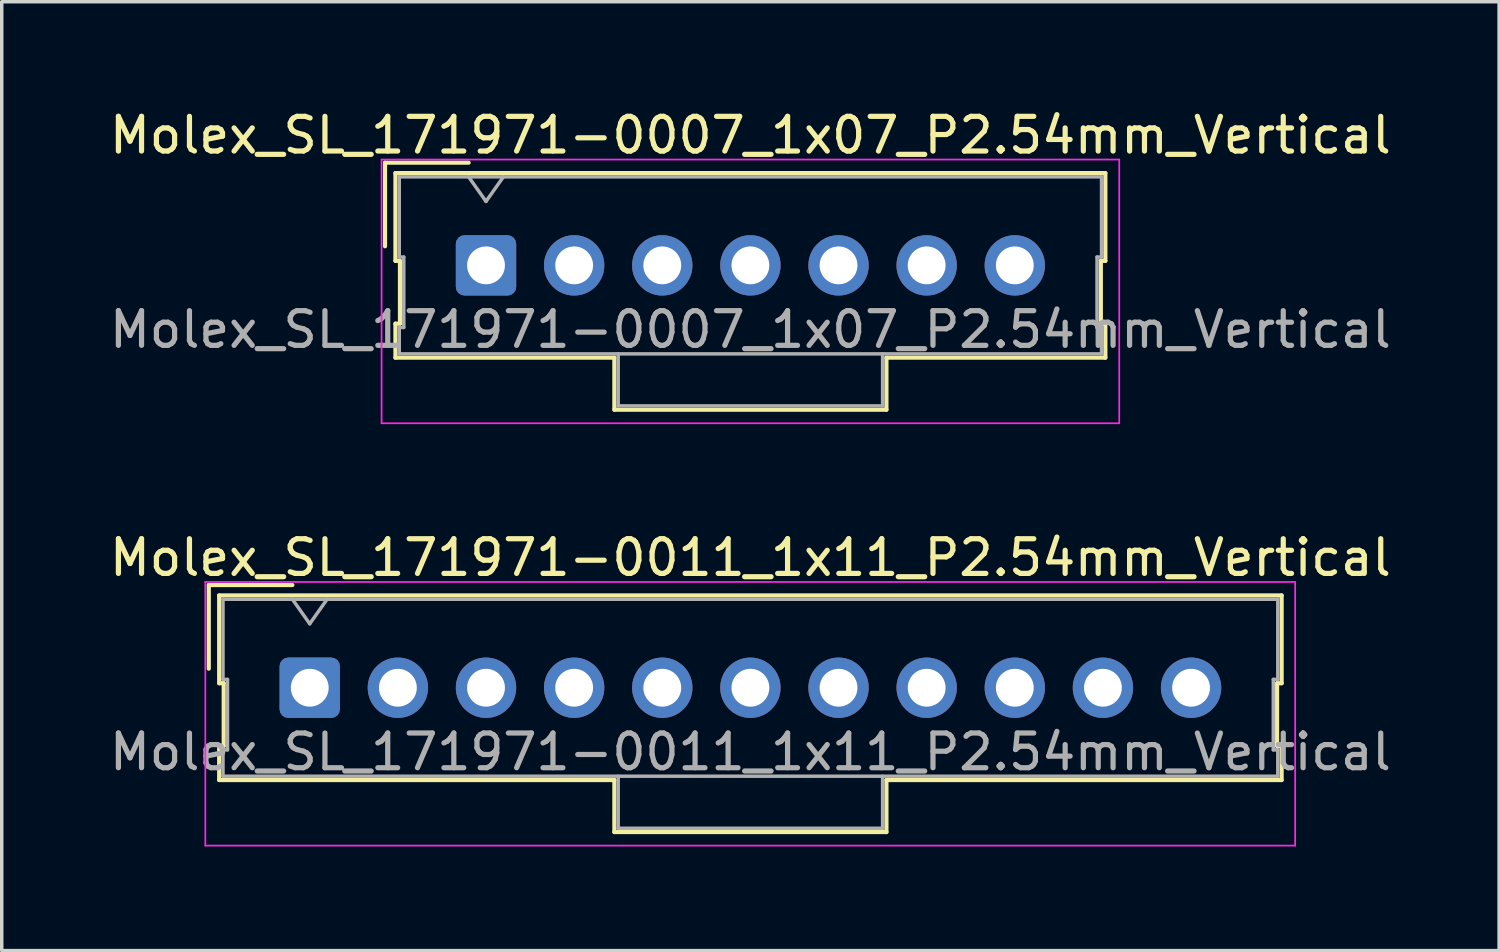
<source format=kicad_pcb>
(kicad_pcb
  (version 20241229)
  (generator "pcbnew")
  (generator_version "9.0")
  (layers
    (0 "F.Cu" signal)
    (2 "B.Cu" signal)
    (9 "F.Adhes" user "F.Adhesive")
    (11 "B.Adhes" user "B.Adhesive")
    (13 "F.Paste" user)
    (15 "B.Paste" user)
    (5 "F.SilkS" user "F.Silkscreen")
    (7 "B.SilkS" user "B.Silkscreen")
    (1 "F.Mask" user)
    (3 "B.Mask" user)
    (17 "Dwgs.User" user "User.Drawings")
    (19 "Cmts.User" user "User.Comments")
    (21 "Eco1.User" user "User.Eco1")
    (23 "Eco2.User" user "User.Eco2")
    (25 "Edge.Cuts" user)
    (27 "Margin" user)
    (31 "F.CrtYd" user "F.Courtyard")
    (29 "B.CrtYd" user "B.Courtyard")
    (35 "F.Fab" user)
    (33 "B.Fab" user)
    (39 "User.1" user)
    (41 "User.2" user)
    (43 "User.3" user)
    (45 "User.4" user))
  (footprint "Molex_SL_171971-0007_1x07_P2.54mm_Vertical"
    (layer "F.Cu")
    (at 10.957 4.598)
    (property "Reference" "Molex_SL_171971-0007_1x07_P2.54mm_Vertical" (at 7.62 -3.75 0) (layer "F.SilkS") (effects (font (size 1 1) (thickness 0.15))))
    (attr through_hole)
    (fp_line (start -2.91 -2.96) (end -0.5 -2.96) (stroke (width 0.12) (type solid)) (layer "F.SilkS"))
    (fp_line (start -2.91 -0.55) (end -2.91 -2.96) (stroke (width 0.12) (type solid)) (layer "F.SilkS"))
    (fp_line (start -2.61 -2.66) (end -2.61 -0.13) (stroke (width 0.12) (type solid)) (layer "F.SilkS"))
    (fp_line (start -2.61 -0.13) (end -2.48 -0.13) (stroke (width 0.12) (type solid)) (layer "F.SilkS"))
    (fp_line (start -2.61 1.68) (end -2.61 2.66) (stroke (width 0.12) (type solid)) (layer "F.SilkS"))
    (fp_line (start -2.61 2.66) (end 3.7 2.66) (stroke (width 0.12) (type solid)) (layer "F.SilkS"))
    (fp_line (start -2.48 -0.13) (end -2.48 1.68) (stroke (width 0.12) (type solid)) (layer "F.SilkS"))
    (fp_line (start -2.48 1.68) (end -2.61 1.68) (stroke (width 0.12) (type solid)) (layer "F.SilkS"))
    (fp_line (start 3.7 2.66) (end 3.7 4.16) (stroke (width 0.12) (type solid)) (layer "F.SilkS"))
    (fp_line (start 3.7 4.16) (end 11.54 4.16) (stroke (width 0.12) (type solid)) (layer "F.SilkS"))
    (fp_line (start 11.54 2.66) (end 17.85 2.66) (stroke (width 0.12) (type solid)) (layer "F.SilkS"))
    (fp_line (start 11.54 4.16) (end 11.54 2.66) (stroke (width 0.12) (type solid)) (layer "F.SilkS"))
    (fp_line (start 17.72 -0.13) (end 17.85 -0.13) (stroke (width 0.12) (type solid)) (layer "F.SilkS"))
    (fp_line (start 17.72 1.68) (end 17.72 -0.13) (stroke (width 0.12) (type solid)) (layer "F.SilkS"))
    (fp_line (start 17.85 -2.66) (end -2.61 -2.66) (stroke (width 0.12) (type solid)) (layer "F.SilkS"))
    (fp_line (start 17.85 -0.13) (end 17.85 -2.66) (stroke (width 0.12) (type solid)) (layer "F.SilkS"))
    (fp_line (start 17.85 1.68) (end 17.72 1.68) (stroke (width 0.12) (type solid)) (layer "F.SilkS"))
    (fp_line (start 17.85 2.66) (end 17.85 1.68) (stroke (width 0.12) (type solid)) (layer "F.SilkS"))
    (fp_line (start -3.01 -3.05) (end -3.01 4.55) (stroke (width 0.05) (type solid)) (layer "F.CrtYd"))
    (fp_line (start -3.01 4.55) (end 18.25 4.55) (stroke (width 0.05) (type solid)) (layer "F.CrtYd"))
    (fp_line (start 18.25 -3.05) (end -3.01 -3.05) (stroke (width 0.05) (type solid)) (layer "F.CrtYd"))
    (fp_line (start 18.25 4.55) (end 18.25 -3.05) (stroke (width 0.05) (type solid)) (layer "F.CrtYd"))
    (fp_line (start -2.5 -2.55) (end -2.5 -0.24) (stroke (width 0.1) (type solid)) (layer "F.Fab"))
    (fp_line (start -2.5 -0.24) (end -2.37 -0.24) (stroke (width 0.1) (type solid)) (layer "F.Fab"))
    (fp_line (start -2.5 1.79) (end -2.5 2.55) (stroke (width 0.1) (type solid)) (layer "F.Fab"))
    (fp_line (start -2.5 2.55) (end 17.74 2.55) (stroke (width 0.1) (type solid)) (layer "F.Fab"))
    (fp_line (start -2.37 -0.24) (end -2.37 1.79) (stroke (width 0.1) (type solid)) (layer "F.Fab"))
    (fp_line (start -2.37 1.79) (end -2.5 1.79) (stroke (width 0.1) (type solid)) (layer "F.Fab"))
    (fp_line (start 0 -1.843) (end -0.5 -2.55) (stroke (width 0.1) (type solid)) (layer "F.Fab"))
    (fp_line (start 0.5 -2.55) (end 0 -1.843) (stroke (width 0.1) (type solid)) (layer "F.Fab"))
    (fp_line (start 3.81 2.55) (end 3.81 4.05) (stroke (width 0.1) (type solid)) (layer "F.Fab"))
    (fp_line (start 3.81 4.05) (end 11.43 4.05) (stroke (width 0.1) (type solid)) (layer "F.Fab"))
    (fp_line (start 11.43 4.05) (end 11.43 2.55) (stroke (width 0.1) (type solid)) (layer "F.Fab"))
    (fp_line (start 17.61 -0.24) (end 17.74 -0.24) (stroke (width 0.1) (type solid)) (layer "F.Fab"))
    (fp_line (start 17.61 1.79) (end 17.61 -0.24) (stroke (width 0.1) (type solid)) (layer "F.Fab"))
    (fp_line (start 17.74 -2.55) (end -2.5 -2.55) (stroke (width 0.1) (type solid)) (layer "F.Fab"))
    (fp_line (start 17.74 -0.24) (end 17.74 -2.55) (stroke (width 0.1) (type solid)) (layer "F.Fab"))
    (fp_line (start 17.74 1.79) (end 17.61 1.79) (stroke (width 0.1) (type solid)) (layer "F.Fab"))
    (fp_line (start 17.74 2.55) (end 17.74 1.79) (stroke (width 0.1) (type solid)) (layer "F.Fab"))
    (fp_text user "${REFERENCE}" (at 7.62 1.85 0) (layer "F.Fab") (effects (font (size 1 1) (thickness 0.15))))
    (pad "1" thru_hole roundrect (at 0 0) (size 1.74 1.74) (drill 1.09) (layers "*.Cu" "*.Mask") (roundrect_rratio 0.144))
    (pad "2" thru_hole circle (at 2.54 0) (size 1.74 1.74) (drill 1.09) (layers "*.Cu" "*.Mask"))
    (pad "3" thru_hole circle (at 5.08 0) (size 1.74 1.74) (drill 1.09) (layers "*.Cu" "*.Mask"))
    (pad "4" thru_hole circle (at 7.62 0) (size 1.74 1.74) (drill 1.09) (layers "*.Cu" "*.Mask"))
    (pad "5" thru_hole circle (at 10.16 0) (size 1.74 1.74) (drill 1.09) (layers "*.Cu" "*.Mask"))
    (pad "6" thru_hole circle (at 12.7 0) (size 1.74 1.74) (drill 1.09) (layers "*.Cu" "*.Mask"))
    (pad "7" thru_hole circle (at 15.24 0) (size 1.74 1.74) (drill 1.09) (layers "*.Cu" "*.Mask")))
  (footprint "Molex_SL_171971-0011_1x11_P2.54mm_Vertical"
    (layer "F.Cu")
    (at 5.877 16.771)
    (property "Reference" "Molex_SL_171971-0011_1x11_P2.54mm_Vertical" (at 12.7 -3.75 0) (layer "F.SilkS") (effects (font (size 1 1) (thickness 0.15))))
    (attr through_hole)
    (fp_line (start -2.91 -2.96) (end -0.5 -2.96) (stroke (width 0.12) (type solid)) (layer "F.SilkS"))
    (fp_line (start -2.91 -0.55) (end -2.91 -2.96) (stroke (width 0.12) (type solid)) (layer "F.SilkS"))
    (fp_line (start -2.61 -2.66) (end -2.61 -0.13) (stroke (width 0.12) (type solid)) (layer "F.SilkS"))
    (fp_line (start -2.61 -0.13) (end -2.48 -0.13) (stroke (width 0.12) (type solid)) (layer "F.SilkS"))
    (fp_line (start -2.61 1.68) (end -2.61 2.66) (stroke (width 0.12) (type solid)) (layer "F.SilkS"))
    (fp_line (start -2.61 2.66) (end 8.78 2.66) (stroke (width 0.12) (type solid)) (layer "F.SilkS"))
    (fp_line (start -2.48 -0.13) (end -2.48 1.68) (stroke (width 0.12) (type solid)) (layer "F.SilkS"))
    (fp_line (start -2.48 1.68) (end -2.61 1.68) (stroke (width 0.12) (type solid)) (layer "F.SilkS"))
    (fp_line (start 8.78 2.66) (end 8.78 4.16) (stroke (width 0.12) (type solid)) (layer "F.SilkS"))
    (fp_line (start 8.78 4.16) (end 16.62 4.16) (stroke (width 0.12) (type solid)) (layer "F.SilkS"))
    (fp_line (start 16.62 2.66) (end 28.01 2.66) (stroke (width 0.12) (type solid)) (layer "F.SilkS"))
    (fp_line (start 16.62 4.16) (end 16.62 2.66) (stroke (width 0.12) (type solid)) (layer "F.SilkS"))
    (fp_line (start 27.88 -0.13) (end 28.01 -0.13) (stroke (width 0.12) (type solid)) (layer "F.SilkS"))
    (fp_line (start 27.88 1.68) (end 27.88 -0.13) (stroke (width 0.12) (type solid)) (layer "F.SilkS"))
    (fp_line (start 28.01 -2.66) (end -2.61 -2.66) (stroke (width 0.12) (type solid)) (layer "F.SilkS"))
    (fp_line (start 28.01 -0.13) (end 28.01 -2.66) (stroke (width 0.12) (type solid)) (layer "F.SilkS"))
    (fp_line (start 28.01 1.68) (end 27.88 1.68) (stroke (width 0.12) (type solid)) (layer "F.SilkS"))
    (fp_line (start 28.01 2.66) (end 28.01 1.68) (stroke (width 0.12) (type solid)) (layer "F.SilkS"))
    (fp_line (start -3.01 -3.05) (end -3.01 4.55) (stroke (width 0.05) (type solid)) (layer "F.CrtYd"))
    (fp_line (start -3.01 4.55) (end 28.4 4.55) (stroke (width 0.05) (type solid)) (layer "F.CrtYd"))
    (fp_line (start 28.4 -3.05) (end -3.01 -3.05) (stroke (width 0.05) (type solid)) (layer "F.CrtYd"))
    (fp_line (start 28.4 4.55) (end 28.4 -3.05) (stroke (width 0.05) (type solid)) (layer "F.CrtYd"))
    (fp_line (start -2.5 -2.55) (end -2.5 -0.24) (stroke (width 0.1) (type solid)) (layer "F.Fab"))
    (fp_line (start -2.5 -0.24) (end -2.37 -0.24) (stroke (width 0.1) (type solid)) (layer "F.Fab"))
    (fp_line (start -2.5 1.79) (end -2.5 2.55) (stroke (width 0.1) (type solid)) (layer "F.Fab"))
    (fp_line (start -2.5 2.55) (end 27.9 2.55) (stroke (width 0.1) (type solid)) (layer "F.Fab"))
    (fp_line (start -2.37 -0.24) (end -2.37 1.79) (stroke (width 0.1) (type solid)) (layer "F.Fab"))
    (fp_line (start -2.37 1.79) (end -2.5 1.79) (stroke (width 0.1) (type solid)) (layer "F.Fab"))
    (fp_line (start 0 -1.843) (end -0.5 -2.55) (stroke (width 0.1) (type solid)) (layer "F.Fab"))
    (fp_line (start 0.5 -2.55) (end 0 -1.843) (stroke (width 0.1) (type solid)) (layer "F.Fab"))
    (fp_line (start 8.89 2.55) (end 8.89 4.05) (stroke (width 0.1) (type solid)) (layer "F.Fab"))
    (fp_line (start 8.89 4.05) (end 16.51 4.05) (stroke (width 0.1) (type solid)) (layer "F.Fab"))
    (fp_line (start 16.51 4.05) (end 16.51 2.55) (stroke (width 0.1) (type solid)) (layer "F.Fab"))
    (fp_line (start 27.77 -0.24) (end 27.9 -0.24) (stroke (width 0.1) (type solid)) (layer "F.Fab"))
    (fp_line (start 27.77 1.79) (end 27.77 -0.24) (stroke (width 0.1) (type solid)) (layer "F.Fab"))
    (fp_line (start 27.9 -2.55) (end -2.5 -2.55) (stroke (width 0.1) (type solid)) (layer "F.Fab"))
    (fp_line (start 27.9 -0.24) (end 27.9 -2.55) (stroke (width 0.1) (type solid)) (layer "F.Fab"))
    (fp_line (start 27.9 1.79) (end 27.77 1.79) (stroke (width 0.1) (type solid)) (layer "F.Fab"))
    (fp_line (start 27.9 2.55) (end 27.9 1.79) (stroke (width 0.1) (type solid)) (layer "F.Fab"))
    (fp_text user "${REFERENCE}" (at 12.7 1.85 0) (layer "F.Fab") (effects (font (size 1 1) (thickness 0.15))))
    (pad "1" thru_hole roundrect (at 0 0) (size 1.74 1.74) (drill 1.09) (layers "*.Cu" "*.Mask") (roundrect_rratio 0.144))
    (pad "2" thru_hole circle (at 2.54 0) (size 1.74 1.74) (drill 1.09) (layers "*.Cu" "*.Mask"))
    (pad "3" thru_hole circle (at 5.08 0) (size 1.74 1.74) (drill 1.09) (layers "*.Cu" "*.Mask"))
    (pad "4" thru_hole circle (at 7.62 0) (size 1.74 1.74) (drill 1.09) (layers "*.Cu" "*.Mask"))
    (pad "5" thru_hole circle (at 10.16 0) (size 1.74 1.74) (drill 1.09) (layers "*.Cu" "*.Mask"))
    (pad "6" thru_hole circle (at 12.7 0) (size 1.74 1.74) (drill 1.09) (layers "*.Cu" "*.Mask"))
    (pad "7" thru_hole circle (at 15.24 0) (size 1.74 1.74) (drill 1.09) (layers "*.Cu" "*.Mask"))
    (pad "8" thru_hole circle (at 17.78 0) (size 1.74 1.74) (drill 1.09) (layers "*.Cu" "*.Mask"))
    (pad "9" thru_hole circle (at 20.32 0) (size 1.74 1.74) (drill 1.09) (layers "*.Cu" "*.Mask"))
    (pad "10" thru_hole circle (at 22.86 0) (size 1.74 1.74) (drill 1.09) (layers "*.Cu" "*.Mask"))
    (pad "11" thru_hole circle (at 25.4 0) (size 1.74 1.74) (drill 1.09) (layers "*.Cu" "*.Mask")))
  (gr_rect
    (start -3 -3)
    (end 40.155 24.346)
    (stroke (width 0.1) (type default))
    (fill no)
    (layer "Edge.Cuts")))
</source>
